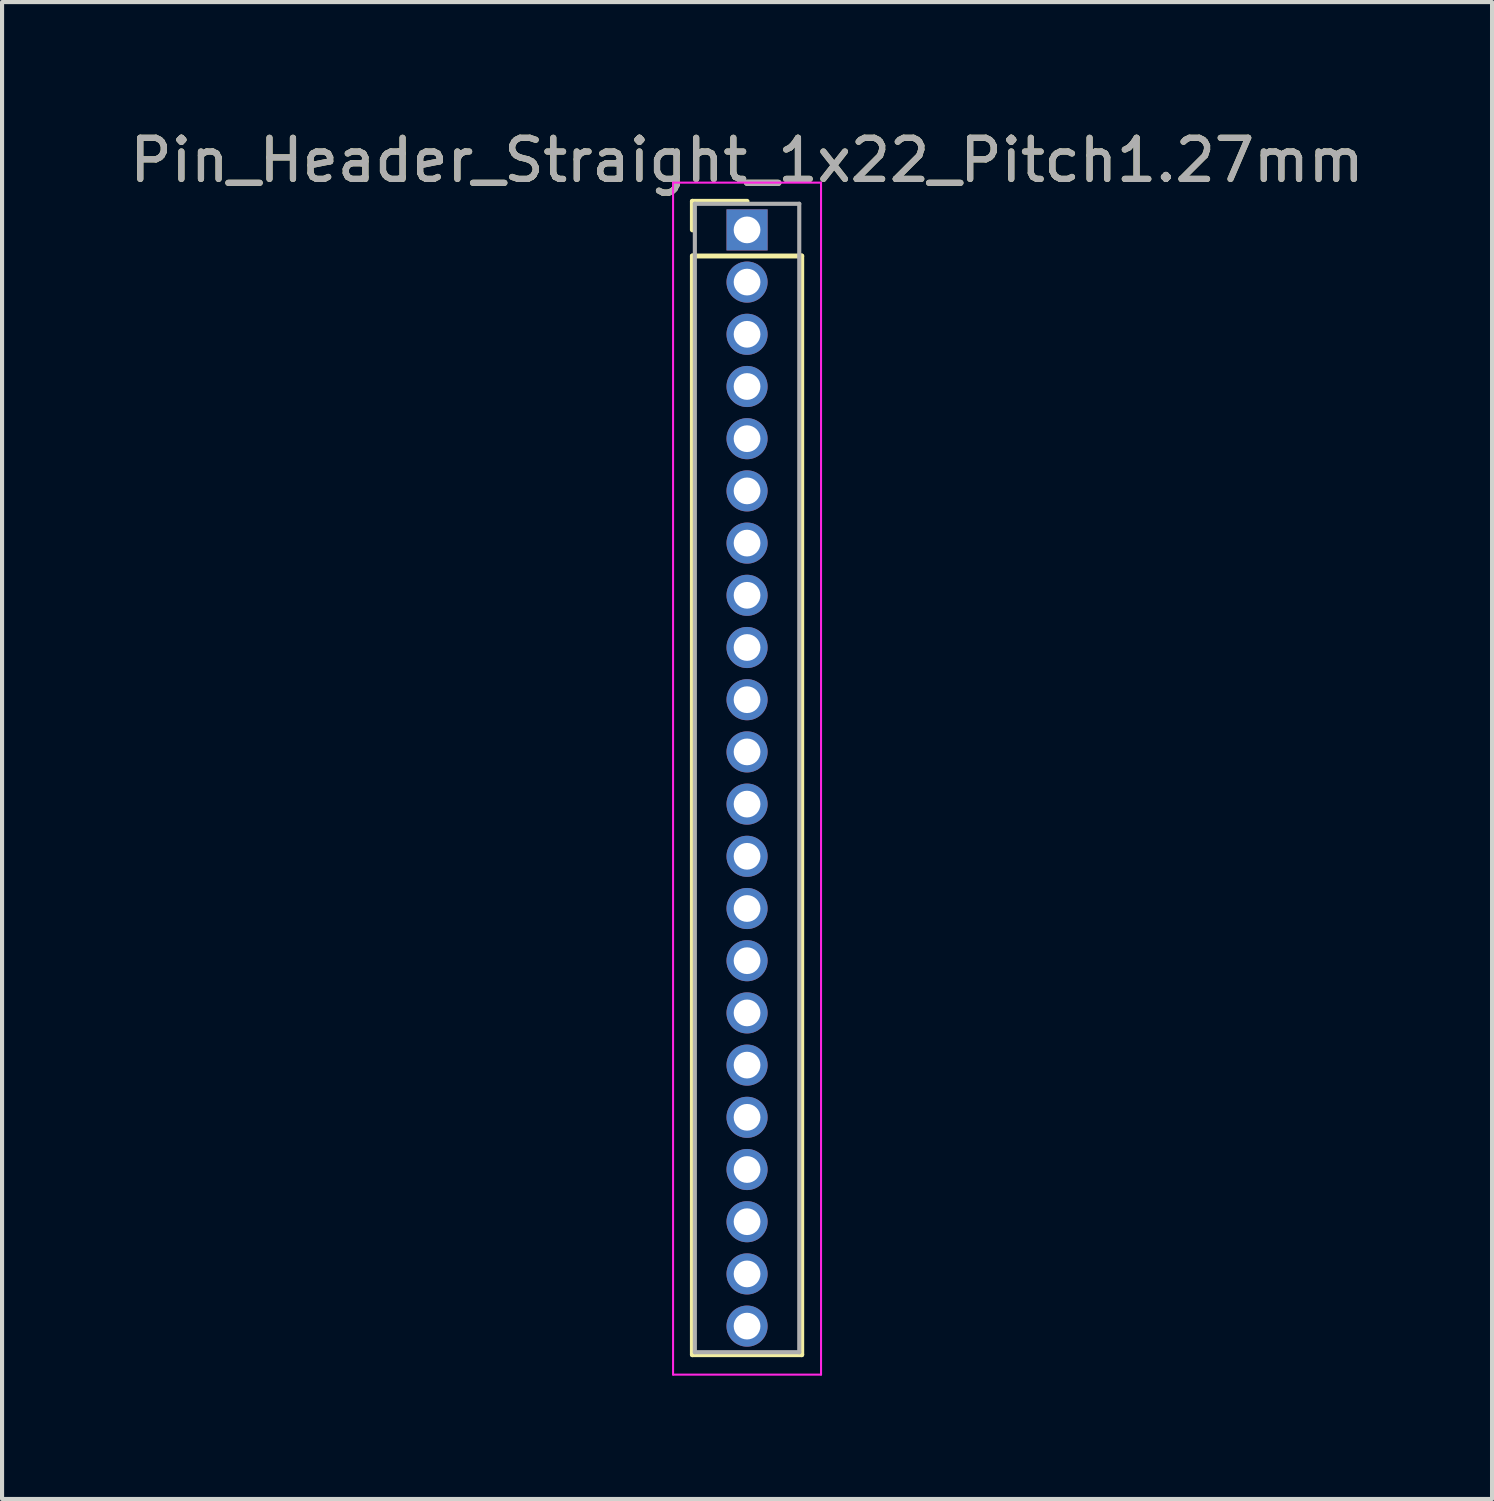
<source format=kicad_pcb>
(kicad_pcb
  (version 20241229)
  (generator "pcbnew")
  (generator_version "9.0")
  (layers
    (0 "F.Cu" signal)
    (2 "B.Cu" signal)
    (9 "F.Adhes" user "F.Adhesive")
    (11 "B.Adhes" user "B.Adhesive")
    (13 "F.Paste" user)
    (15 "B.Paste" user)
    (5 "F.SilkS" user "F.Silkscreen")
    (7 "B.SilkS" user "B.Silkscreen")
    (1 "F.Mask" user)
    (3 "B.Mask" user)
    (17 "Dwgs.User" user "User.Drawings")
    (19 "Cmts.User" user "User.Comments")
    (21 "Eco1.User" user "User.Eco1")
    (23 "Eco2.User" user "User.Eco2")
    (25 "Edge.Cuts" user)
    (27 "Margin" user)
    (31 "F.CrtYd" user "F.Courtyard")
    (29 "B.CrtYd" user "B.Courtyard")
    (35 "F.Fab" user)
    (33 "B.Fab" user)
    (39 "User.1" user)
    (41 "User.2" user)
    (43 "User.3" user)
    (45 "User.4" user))
  (footprint "Pin_Header_Straight_1x22_Pitch1.27mm"
    (layer "F.Cu")
    (at 15.125 2.543)
    (property "Reference" "Pin_Header_Straight_1x22_Pitch1.27mm" (at 0 -1.695 0) (layer "F.SilkS") (effects (font (size 1 1) (thickness 0.15))))
    (attr through_hole)
    (fp_line (start -1.33 -0.695) (end 0 -0.695) (stroke (width 0.12) (type solid)) (layer "F.SilkS"))
    (fp_line (start -1.33 0) (end -1.33 -0.695) (stroke (width 0.12) (type solid)) (layer "F.SilkS"))
    (fp_line (start -1.33 0.635) (end -1.33 27.365) (stroke (width 0.12) (type solid)) (layer "F.SilkS"))
    (fp_line (start -1.33 27.365) (end 1.33 27.365) (stroke (width 0.12) (type solid)) (layer "F.SilkS"))
    (fp_line (start 1.33 0.635) (end -1.33 0.635) (stroke (width 0.12) (type solid)) (layer "F.SilkS"))
    (fp_line (start 1.33 27.365) (end 1.33 0.635) (stroke (width 0.12) (type solid)) (layer "F.SilkS"))
    (fp_line (start -1.8 -1.15) (end -1.8 27.85) (stroke (width 0.05) (type solid)) (layer "F.CrtYd"))
    (fp_line (start -1.8 27.85) (end 1.8 27.85) (stroke (width 0.05) (type solid)) (layer "F.CrtYd"))
    (fp_line (start 1.8 -1.15) (end -1.8 -1.15) (stroke (width 0.05) (type solid)) (layer "F.CrtYd"))
    (fp_line (start 1.8 27.85) (end 1.8 -1.15) (stroke (width 0.05) (type solid)) (layer "F.CrtYd"))
    (fp_line (start -1.27 -0.635) (end -1.27 27.305) (stroke (width 0.1) (type solid)) (layer "F.Fab"))
    (fp_line (start -1.27 27.305) (end 1.27 27.305) (stroke (width 0.1) (type solid)) (layer "F.Fab"))
    (fp_line (start 1.27 -0.635) (end -1.27 -0.635) (stroke (width 0.1) (type solid)) (layer "F.Fab"))
    (fp_line (start 1.27 27.305) (end 1.27 -0.635) (stroke (width 0.1) (type solid)) (layer "F.Fab"))
    (fp_text user "${REFERENCE}" (at 0 -1.695 0) (layer "F.Fab") (effects (font (size 1 1) (thickness 0.15))))
    (pad "1" thru_hole rect (at 0 0) (size 1 1) (drill 0.65) (layers "*.Cu" "*.Mask"))
    (pad "2" thru_hole oval (at 0 1.27) (size 1 1) (drill 0.65) (layers "*.Cu" "*.Mask"))
    (pad "3" thru_hole oval (at 0 2.54) (size 1 1) (drill 0.65) (layers "*.Cu" "*.Mask"))
    (pad "4" thru_hole oval (at 0 3.81) (size 1 1) (drill 0.65) (layers "*.Cu" "*.Mask"))
    (pad "5" thru_hole oval (at 0 5.08) (size 1 1) (drill 0.65) (layers "*.Cu" "*.Mask"))
    (pad "6" thru_hole oval (at 0 6.35) (size 1 1) (drill 0.65) (layers "*.Cu" "*.Mask"))
    (pad "7" thru_hole oval (at 0 7.62) (size 1 1) (drill 0.65) (layers "*.Cu" "*.Mask"))
    (pad "8" thru_hole oval (at 0 8.89) (size 1 1) (drill 0.65) (layers "*.Cu" "*.Mask"))
    (pad "9" thru_hole oval (at 0 10.16) (size 1 1) (drill 0.65) (layers "*.Cu" "*.Mask"))
    (pad "10" thru_hole oval (at 0 11.43) (size 1 1) (drill 0.65) (layers "*.Cu" "*.Mask"))
    (pad "11" thru_hole oval (at 0 12.7) (size 1 1) (drill 0.65) (layers "*.Cu" "*.Mask"))
    (pad "12" thru_hole oval (at 0 13.97) (size 1 1) (drill 0.65) (layers "*.Cu" "*.Mask"))
    (pad "13" thru_hole oval (at 0 15.24) (size 1 1) (drill 0.65) (layers "*.Cu" "*.Mask"))
    (pad "14" thru_hole oval (at 0 16.51) (size 1 1) (drill 0.65) (layers "*.Cu" "*.Mask"))
    (pad "15" thru_hole oval (at 0 17.78) (size 1 1) (drill 0.65) (layers "*.Cu" "*.Mask"))
    (pad "16" thru_hole oval (at 0 19.05) (size 1 1) (drill 0.65) (layers "*.Cu" "*.Mask"))
    (pad "17" thru_hole oval (at 0 20.32) (size 1 1) (drill 0.65) (layers "*.Cu" "*.Mask"))
    (pad "18" thru_hole oval (at 0 21.59) (size 1 1) (drill 0.65) (layers "*.Cu" "*.Mask"))
    (pad "19" thru_hole oval (at 0 22.86) (size 1 1) (drill 0.65) (layers "*.Cu" "*.Mask"))
    (pad "20" thru_hole oval (at 0 24.13) (size 1 1) (drill 0.65) (layers "*.Cu" "*.Mask"))
    (pad "21" thru_hole oval (at 0 25.4) (size 1 1) (drill 0.65) (layers "*.Cu" "*.Mask"))
    (pad "22" thru_hole oval (at 0 26.67) (size 1 1) (drill 0.65) (layers "*.Cu" "*.Mask")))
  (gr_rect
    (start -3 -3)
    (end 33.25 33.418)
    (stroke (width 0.1) (type default))
    (fill no)
    (layer "Edge.Cuts")))
</source>
